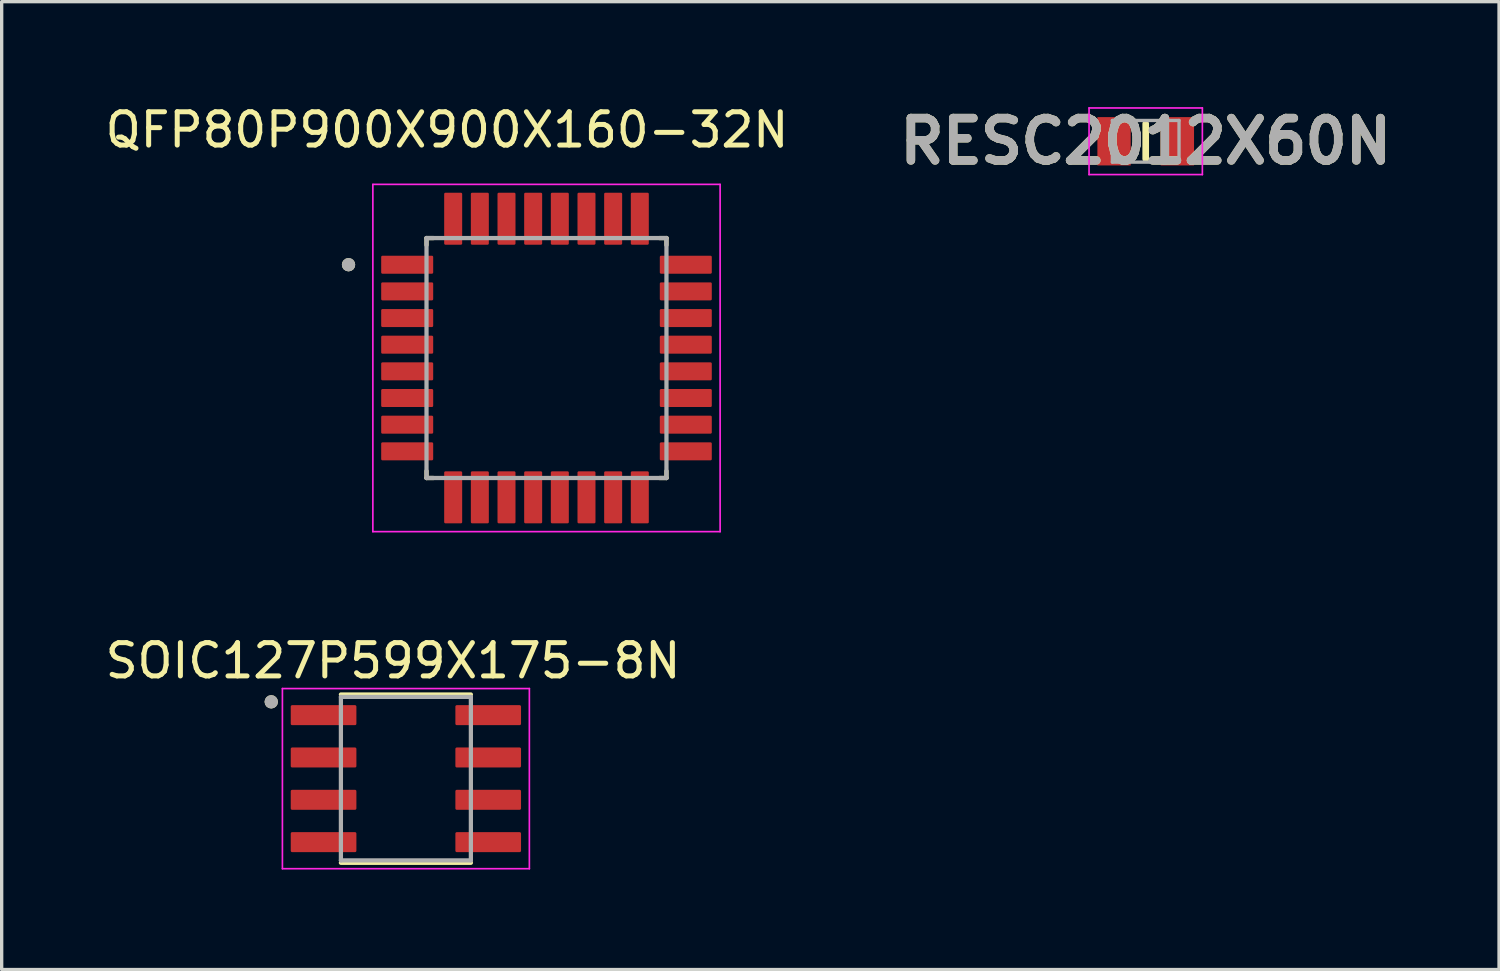
<source format=kicad_pcb>
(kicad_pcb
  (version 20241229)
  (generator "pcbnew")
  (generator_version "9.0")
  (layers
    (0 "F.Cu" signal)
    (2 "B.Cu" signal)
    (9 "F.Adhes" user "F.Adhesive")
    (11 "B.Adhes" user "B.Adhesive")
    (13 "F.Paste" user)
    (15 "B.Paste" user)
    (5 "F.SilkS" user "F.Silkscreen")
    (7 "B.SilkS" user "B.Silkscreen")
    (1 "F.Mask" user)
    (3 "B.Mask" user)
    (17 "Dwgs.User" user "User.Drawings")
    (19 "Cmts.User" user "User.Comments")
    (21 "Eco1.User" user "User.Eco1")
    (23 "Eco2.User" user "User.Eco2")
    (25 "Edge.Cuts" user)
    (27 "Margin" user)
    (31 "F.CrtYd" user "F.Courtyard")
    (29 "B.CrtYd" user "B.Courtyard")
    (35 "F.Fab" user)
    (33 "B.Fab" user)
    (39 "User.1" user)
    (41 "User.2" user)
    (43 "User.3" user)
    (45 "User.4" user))
  (footprint "SOIC127P599X175-8N"
    (layer "F.Cu")
    (at 9.129 20.314)
    (property "Reference" "SOIC127P599X175-8N" (at -0.385 -3.537 0) (layer "F.SilkS") (effects (font (size 1 1) (thickness 0.15))))
    (attr smd)
    (fp_line (start -1.95 -2.525) (end 1.95 -2.525) (stroke (width 0.127) (type solid)) (layer "F.SilkS"))
    (fp_line (start -1.95 2.525) (end 1.95 2.525) (stroke (width 0.127) (type solid)) (layer "F.SilkS"))
    (fp_circle (center -4.04 -2.305) (end -3.94 -2.305) (stroke (width 0.2) (type solid)) (fill no) (layer "F.SilkS"))
    (fp_line (start -3.705 -2.703) (end -3.705 2.703) (stroke (width 0.05) (type solid)) (layer "F.CrtYd"))
    (fp_line (start -3.705 -2.703) (end 3.705 -2.703) (stroke (width 0.05) (type solid)) (layer "F.CrtYd"))
    (fp_line (start -3.705 2.703) (end 3.705 2.703) (stroke (width 0.05) (type solid)) (layer "F.CrtYd"))
    (fp_line (start 3.705 -2.703) (end 3.705 2.703) (stroke (width 0.05) (type solid)) (layer "F.CrtYd"))
    (fp_line (start -1.95 -2.453) (end -1.95 2.453) (stroke (width 0.127) (type solid)) (layer "F.Fab"))
    (fp_line (start -1.95 -2.453) (end 1.95 -2.453) (stroke (width 0.127) (type solid)) (layer "F.Fab"))
    (fp_line (start -1.95 2.453) (end 1.95 2.453) (stroke (width 0.127) (type solid)) (layer "F.Fab"))
    (fp_line (start 1.95 -2.453) (end 1.95 2.453) (stroke (width 0.127) (type solid)) (layer "F.Fab"))
    (fp_circle (center -4.04 -2.305) (end -3.94 -2.305) (stroke (width 0.2) (type solid)) (fill no) (layer "F.Fab"))
    (pad "1" smd roundrect (at -2.47 -1.905) (size 1.97 0.6) (layers "F.Cu" "F.Mask" "F.Paste") (roundrect_rratio 0.07))
    (pad "2" smd roundrect (at -2.47 -0.635) (size 1.97 0.6) (layers "F.Cu" "F.Mask" "F.Paste") (roundrect_rratio 0.07))
    (pad "3" smd roundrect (at -2.47 0.635) (size 1.97 0.6) (layers "F.Cu" "F.Mask" "F.Paste") (roundrect_rratio 0.07))
    (pad "4" smd roundrect (at -2.47 1.905) (size 1.97 0.6) (layers "F.Cu" "F.Mask" "F.Paste") (roundrect_rratio 0.07))
    (pad "5" smd roundrect (at 2.47 1.905) (size 1.97 0.6) (layers "F.Cu" "F.Mask" "F.Paste") (roundrect_rratio 0.07))
    (pad "6" smd roundrect (at 2.47 0.635) (size 1.97 0.6) (layers "F.Cu" "F.Mask" "F.Paste") (roundrect_rratio 0.07))
    (pad "7" smd roundrect (at 2.47 -0.635) (size 1.97 0.6) (layers "F.Cu" "F.Mask" "F.Paste") (roundrect_rratio 0.07))
    (pad "8" smd roundrect (at 2.47 -1.905) (size 1.97 0.6) (layers "F.Cu" "F.Mask" "F.Paste") (roundrect_rratio 0.07)))
  (footprint "RESC2012X60N"
    (layer "F.Cu")
    (at 31.328 1.189)
    (property "Reference" "RESC2012X60N" (at 0 0 0) (layer "F.SilkS") (effects (font (size 1.27 1.27) (thickness 0.254))))
    (attr smd)
    (fp_line (start 0 -0.525) (end 0 0.525) (stroke (width 0.2) (type solid)) (layer "F.SilkS"))
    (fp_line (start -1.7 -1) (end 1.7 -1) (stroke (width 0.05) (type solid)) (layer "F.CrtYd"))
    (fp_line (start -1.7 1) (end -1.7 -1) (stroke (width 0.05) (type solid)) (layer "F.CrtYd"))
    (fp_line (start 1.7 -1) (end 1.7 1) (stroke (width 0.05) (type solid)) (layer "F.CrtYd"))
    (fp_line (start 1.7 1) (end -1.7 1) (stroke (width 0.05) (type solid)) (layer "F.CrtYd"))
    (fp_line (start -1 -0.625) (end 1 -0.625) (stroke (width 0.1) (type solid)) (layer "F.Fab"))
    (fp_line (start -1 0.625) (end -1 -0.625) (stroke (width 0.1) (type solid)) (layer "F.Fab"))
    (fp_line (start 1 -0.625) (end 1 0.625) (stroke (width 0.1) (type solid)) (layer "F.Fab"))
    (fp_line (start 1 0.625) (end -1 0.625) (stroke (width 0.1) (type solid)) (layer "F.Fab"))
    (fp_text user "${REFERENCE}" (at 0 0 0) (layer "F.Fab") (effects (font (size 1.27 1.27) (thickness 0.254))))
    (pad "1" smd rect (at -0.95 0) (size 1 1.45) (layers "F.Cu" "F.Mask" "F.Paste"))
    (pad "2" smd rect (at 0.95 0) (size 1 1.45) (layers "F.Cu" "F.Mask" "F.Paste")))
  (footprint "QFP80P900X900X160-32N"
    (layer "F.Cu")
    (at 13.348 7.693)
    (property "Reference" "QFP80P900X900X160-32N" (at -2.985 -6.845 0) (layer "F.SilkS") (effects (font (size 1 1) (thickness 0.15))))
    (attr through_hole)
    (fp_line (start -3.6 -3.6) (end -3.6 -3.39) (stroke (width 0.127) (type solid)) (layer "F.SilkS"))
    (fp_line (start -3.6 -3.6) (end -3.39 -3.6) (stroke (width 0.127) (type solid)) (layer "F.SilkS"))
    (fp_line (start -3.6 3.6) (end -3.6 3.39) (stroke (width 0.127) (type solid)) (layer "F.SilkS"))
    (fp_line (start -3.6 3.6) (end -3.39 3.6) (stroke (width 0.127) (type solid)) (layer "F.SilkS"))
    (fp_line (start 3.6 -3.6) (end 3.39 -3.6) (stroke (width 0.127) (type solid)) (layer "F.SilkS"))
    (fp_line (start 3.6 -3.6) (end 3.6 -3.39) (stroke (width 0.127) (type solid)) (layer "F.SilkS"))
    (fp_line (start 3.6 3.6) (end 3.39 3.6) (stroke (width 0.127) (type solid)) (layer "F.SilkS"))
    (fp_line (start 3.6 3.6) (end 3.6 3.39) (stroke (width 0.127) (type solid)) (layer "F.SilkS"))
    (fp_circle (center -5.94 -2.8) (end -5.84 -2.8) (stroke (width 0.2) (type solid)) (fill no) (layer "F.SilkS"))
    (fp_line (start -5.21 -5.21) (end 5.21 -5.21) (stroke (width 0.05) (type solid)) (layer "F.CrtYd"))
    (fp_line (start -5.21 5.21) (end -5.21 -5.21) (stroke (width 0.05) (type solid)) (layer "F.CrtYd"))
    (fp_line (start -5.21 5.21) (end 5.21 5.21) (stroke (width 0.05) (type solid)) (layer "F.CrtYd"))
    (fp_line (start 5.21 5.21) (end 5.21 -5.21) (stroke (width 0.05) (type solid)) (layer "F.CrtYd"))
    (fp_line (start -3.6 3.6) (end -3.6 -3.6) (stroke (width 0.127) (type solid)) (layer "F.Fab"))
    (fp_line (start 3.6 -3.6) (end -3.6 -3.6) (stroke (width 0.127) (type solid)) (layer "F.Fab"))
    (fp_line (start 3.6 3.6) (end -3.6 3.6) (stroke (width 0.127) (type solid)) (layer "F.Fab"))
    (fp_line (start 3.6 3.6) (end 3.6 -3.6) (stroke (width 0.127) (type solid)) (layer "F.Fab"))
    (fp_circle (center -5.94 -2.8) (end -5.84 -2.8) (stroke (width 0.2) (type solid)) (fill no) (layer "F.Fab"))
    (pad "1" smd roundrect (at -4.18 -2.8) (size 1.56 0.54) (layers "F.Cu" "F.Mask" "F.Paste") (roundrect_rratio 0.07))
    (pad "2" smd roundrect (at -4.18 -2) (size 1.56 0.54) (layers "F.Cu" "F.Mask" "F.Paste") (roundrect_rratio 0.07))
    (pad "3" smd roundrect (at -4.18 -1.2) (size 1.56 0.54) (layers "F.Cu" "F.Mask" "F.Paste") (roundrect_rratio 0.07))
    (pad "4" smd roundrect (at -4.18 -0.4) (size 1.56 0.54) (layers "F.Cu" "F.Mask" "F.Paste") (roundrect_rratio 0.07))
    (pad "5" smd roundrect (at -4.18 0.4) (size 1.56 0.54) (layers "F.Cu" "F.Mask" "F.Paste") (roundrect_rratio 0.07))
    (pad "6" smd roundrect (at -4.18 1.2) (size 1.56 0.54) (layers "F.Cu" "F.Mask" "F.Paste") (roundrect_rratio 0.07))
    (pad "7" smd roundrect (at -4.18 2) (size 1.56 0.54) (layers "F.Cu" "F.Mask" "F.Paste") (roundrect_rratio 0.07))
    (pad "8" smd roundrect (at -4.18 2.8) (size 1.56 0.54) (layers "F.Cu" "F.Mask" "F.Paste") (roundrect_rratio 0.07))
    (pad "9" smd roundrect (at -2.8 4.18 90) (size 1.56 0.54) (layers "F.Cu" "F.Mask" "F.Paste") (roundrect_rratio 0.07))
    (pad "10" smd roundrect (at -2 4.18 90) (size 1.56 0.54) (layers "F.Cu" "F.Mask" "F.Paste") (roundrect_rratio 0.07))
    (pad "11" smd roundrect (at -1.2 4.18 90) (size 1.56 0.54) (layers "F.Cu" "F.Mask" "F.Paste") (roundrect_rratio 0.07))
    (pad "12" smd roundrect (at -0.4 4.18 90) (size 1.56 0.54) (layers "F.Cu" "F.Mask" "F.Paste") (roundrect_rratio 0.07))
    (pad "13" smd roundrect (at 0.4 4.18 90) (size 1.56 0.54) (layers "F.Cu" "F.Mask" "F.Paste") (roundrect_rratio 0.07))
    (pad "14" smd roundrect (at 1.2 4.18 90) (size 1.56 0.54) (layers "F.Cu" "F.Mask" "F.Paste") (roundrect_rratio 0.07))
    (pad "15" smd roundrect (at 2 4.18 90) (size 1.56 0.54) (layers "F.Cu" "F.Mask" "F.Paste") (roundrect_rratio 0.07))
    (pad "16" smd roundrect (at 2.8 4.18 90) (size 1.56 0.54) (layers "F.Cu" "F.Mask" "F.Paste") (roundrect_rratio 0.07))
    (pad "17" smd roundrect (at 4.18 2.8) (size 1.56 0.54) (layers "F.Cu" "F.Mask" "F.Paste") (roundrect_rratio 0.07))
    (pad "18" smd roundrect (at 4.18 2) (size 1.56 0.54) (layers "F.Cu" "F.Mask" "F.Paste") (roundrect_rratio 0.07))
    (pad "19" smd roundrect (at 4.18 1.2) (size 1.56 0.54) (layers "F.Cu" "F.Mask" "F.Paste") (roundrect_rratio 0.07))
    (pad "20" smd roundrect (at 4.18 0.4) (size 1.56 0.54) (layers "F.Cu" "F.Mask" "F.Paste") (roundrect_rratio 0.07))
    (pad "21" smd roundrect (at 4.18 -0.4) (size 1.56 0.54) (layers "F.Cu" "F.Mask" "F.Paste") (roundrect_rratio 0.07))
    (pad "22" smd roundrect (at 4.18 -1.2) (size 1.56 0.54) (layers "F.Cu" "F.Mask" "F.Paste") (roundrect_rratio 0.07))
    (pad "23" smd roundrect (at 4.18 -2) (size 1.56 0.54) (layers "F.Cu" "F.Mask" "F.Paste") (roundrect_rratio 0.07))
    (pad "24" smd roundrect (at 4.18 -2.8) (size 1.56 0.54) (layers "F.Cu" "F.Mask" "F.Paste") (roundrect_rratio 0.07))
    (pad "25" smd roundrect (at 2.8 -4.18 90) (size 1.56 0.54) (layers "F.Cu" "F.Mask" "F.Paste") (roundrect_rratio 0.07))
    (pad "26" smd roundrect (at 2 -4.18 90) (size 1.56 0.54) (layers "F.Cu" "F.Mask" "F.Paste") (roundrect_rratio 0.07))
    (pad "27" smd roundrect (at 1.2 -4.18 90) (size 1.56 0.54) (layers "F.Cu" "F.Mask" "F.Paste") (roundrect_rratio 0.07))
    (pad "28" smd roundrect (at 0.4 -4.18 90) (size 1.56 0.54) (layers "F.Cu" "F.Mask" "F.Paste") (roundrect_rratio 0.07))
    (pad "29" smd roundrect (at -0.4 -4.18 90) (size 1.56 0.54) (layers "F.Cu" "F.Mask" "F.Paste") (roundrect_rratio 0.07))
    (pad "30" smd roundrect (at -1.2 -4.18 90) (size 1.56 0.54) (layers "F.Cu" "F.Mask" "F.Paste") (roundrect_rratio 0.07))
    (pad "31" smd roundrect (at -2 -4.18 90) (size 1.56 0.54) (layers "F.Cu" "F.Mask" "F.Paste") (roundrect_rratio 0.07))
    (pad "32" smd roundrect (at -2.8 -4.18 90) (size 1.56 0.54) (layers "F.Cu" "F.Mask" "F.Paste") (roundrect_rratio 0.07)))
  (gr_rect
    (start -3 -3)
    (end 41.93 26.041)
    (stroke (width 0.1) (type default))
    (fill no)
    (layer "Edge.Cuts")))
</source>
